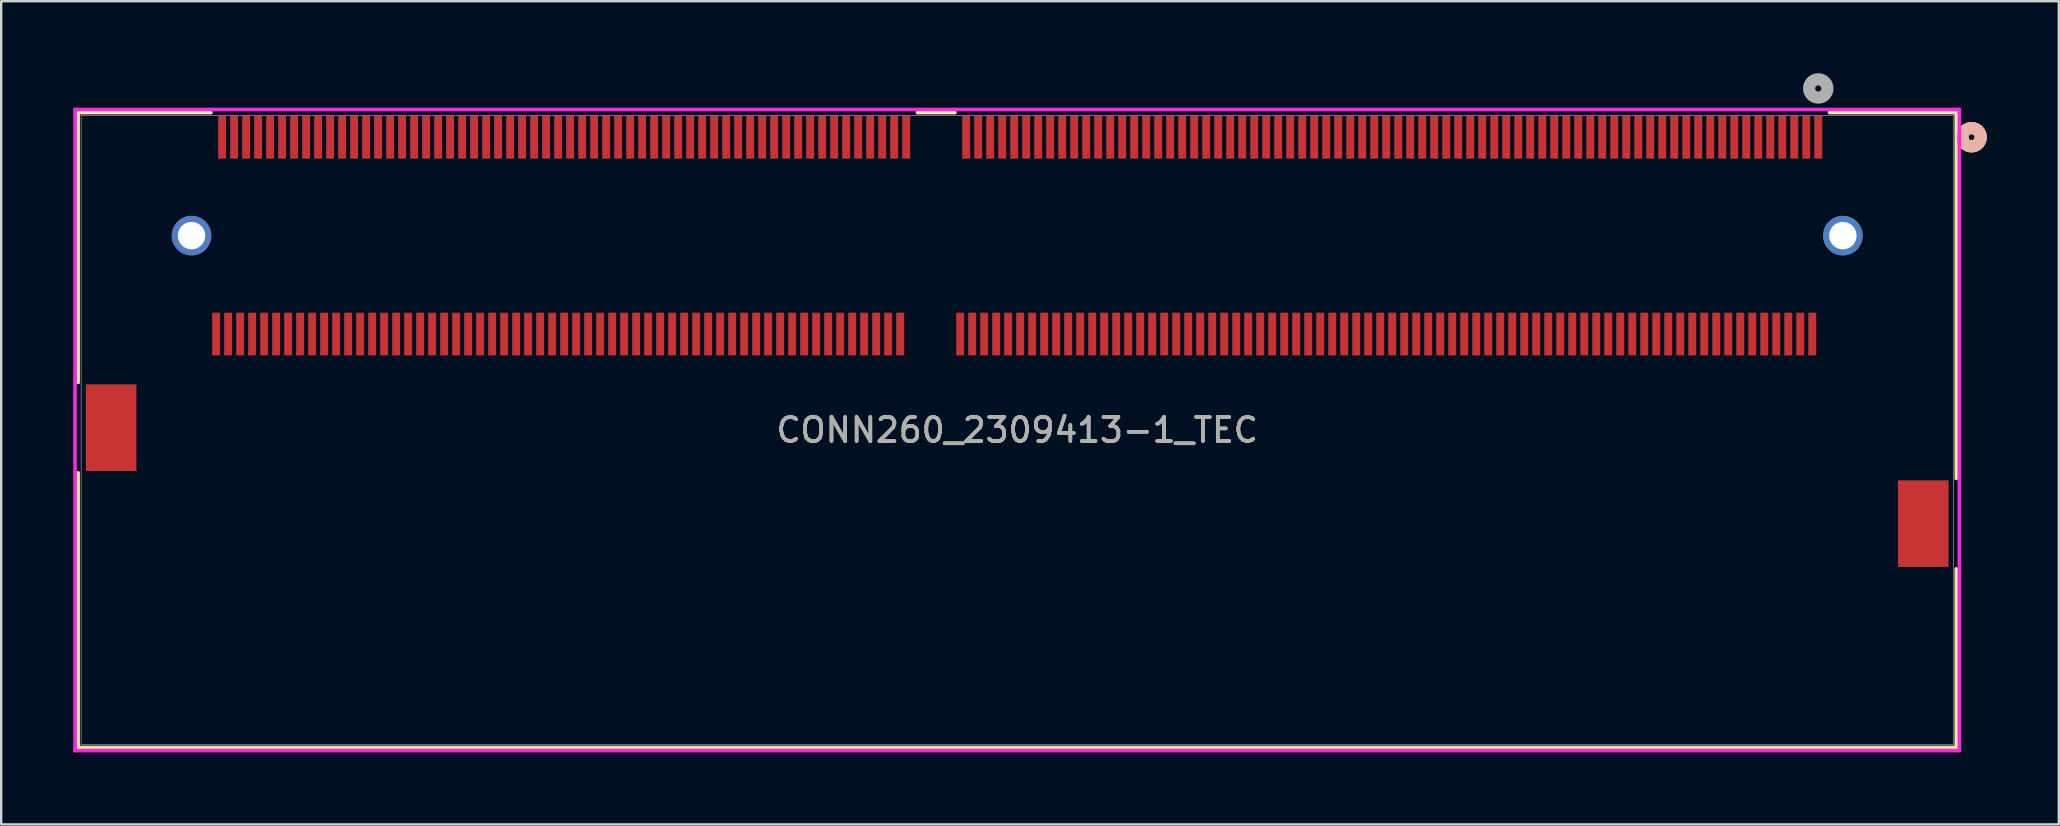
<source format=kicad_pcb>
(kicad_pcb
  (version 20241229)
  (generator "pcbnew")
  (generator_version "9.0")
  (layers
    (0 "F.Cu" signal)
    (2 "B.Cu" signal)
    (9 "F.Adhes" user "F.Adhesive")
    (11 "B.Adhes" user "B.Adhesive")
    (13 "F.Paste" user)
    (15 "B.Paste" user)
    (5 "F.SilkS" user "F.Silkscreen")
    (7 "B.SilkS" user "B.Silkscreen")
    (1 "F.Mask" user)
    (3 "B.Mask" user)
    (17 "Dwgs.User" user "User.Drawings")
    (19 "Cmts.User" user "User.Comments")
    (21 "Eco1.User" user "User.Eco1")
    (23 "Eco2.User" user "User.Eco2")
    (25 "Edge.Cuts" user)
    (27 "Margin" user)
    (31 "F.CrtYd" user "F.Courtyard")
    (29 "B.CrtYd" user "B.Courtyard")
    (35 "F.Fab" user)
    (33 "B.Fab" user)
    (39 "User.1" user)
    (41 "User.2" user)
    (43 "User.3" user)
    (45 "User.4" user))
  (footprint "CONN260_2309413-1_TEC"
    (layer "F.Cu")
    (at 72.705 2.667)
    (property "Reference" "CONN260_2309413-1_TEC" (at -33.375 12.2 0) (unlocked yes) (layer "F.SilkS") (effects (font (size 1 1) (thickness 0.15))))
    (attr smd)
    (fp_line (start -72.502 -1.027) (end -66.968 -1.027) (stroke (width 0.152) (type solid)) (layer "F.SilkS"))
    (fp_line (start -72.502 10.216) (end -72.502 -1.027) (stroke (width 0.152) (type solid)) (layer "F.SilkS"))
    (fp_line (start -72.502 25.427) (end -72.502 13.984) (stroke (width 0.152) (type solid)) (layer "F.SilkS"))
    (fp_line (start -37.532 -1.027) (end -35.968 -1.027) (stroke (width 0.152) (type solid)) (layer "F.SilkS"))
    (fp_line (start 0.468 -1.027) (end 5.752 -1.027) (stroke (width 0.152) (type solid)) (layer "F.SilkS"))
    (fp_line (start 5.752 -1.027) (end 5.752 14.216) (stroke (width 0.152) (type solid)) (layer "F.SilkS"))
    (fp_line (start 5.752 17.984) (end 5.752 25.427) (stroke (width 0.152) (type solid)) (layer "F.SilkS"))
    (fp_line (start 5.752 25.427) (end -72.502 25.427) (stroke (width 0.152) (type solid)) (layer "F.SilkS"))
    (fp_circle (center 6.387 0) (end 6.768 0) (stroke (width 0.508) (type solid)) (fill no) (layer "F.SilkS"))
    (fp_circle (center 6.387 0) (end 6.768 0) (stroke (width 0.508) (type solid)) (fill no) (layer "B.SilkS"))
    (fp_line (start -72.629 -1.154) (end -72.629 25.554) (stroke (width 0.152) (type solid)) (layer "F.CrtYd"))
    (fp_line (start -72.629 25.554) (end 5.879 25.554) (stroke (width 0.152) (type solid)) (layer "F.CrtYd"))
    (fp_line (start 5.879 -1.154) (end -72.629 -1.154) (stroke (width 0.152) (type solid)) (layer "F.CrtYd"))
    (fp_line (start 5.879 25.554) (end 5.879 -1.154) (stroke (width 0.152) (type solid)) (layer "F.CrtYd"))
    (fp_line (start -72.375 -0.9) (end -72.375 25.3) (stroke (width 0.025) (type solid)) (layer "F.Fab"))
    (fp_line (start -72.375 25.3) (end 5.625 25.3) (stroke (width 0.025) (type solid)) (layer "F.Fab"))
    (fp_line (start 5.625 -0.9) (end -72.375 -0.9) (stroke (width 0.025) (type solid)) (layer "F.Fab"))
    (fp_line (start 5.625 25.3) (end 5.625 -0.9) (stroke (width 0.025) (type solid)) (layer "F.Fab"))
    (fp_circle (center 0 -2.032) (end 0.381 -2.032) (stroke (width 0.508) (type solid)) (fill no) (layer "F.Fab"))
    (fp_text user "${REFERENCE}" (at -33.375 12.2 0) (unlocked yes) (layer "F.Fab") (effects (font (size 1 1) (thickness 0.15))))
    (pad "1" smd rect (at 0 0) (size 0.33 1.778) (layers "F.Cu" "F.Mask" "F.Paste"))
    (pad "2" smd rect (at -0.25 8.2) (size 0.33 1.778) (layers "F.Cu" "F.Mask" "F.Paste"))
    (pad "3" smd rect (at -0.5 0) (size 0.33 1.778) (layers "F.Cu" "F.Mask" "F.Paste"))
    (pad "4" smd rect (at -0.75 8.2) (size 0.33 1.778) (layers "F.Cu" "F.Mask" "F.Paste"))
    (pad "5" smd rect (at -1 0) (size 0.33 1.778) (layers "F.Cu" "F.Mask" "F.Paste"))
    (pad "6" smd rect (at -1.25 8.2) (size 0.33 1.778) (layers "F.Cu" "F.Mask" "F.Paste"))
    (pad "7" smd rect (at -1.5 0) (size 0.33 1.778) (layers "F.Cu" "F.Mask" "F.Paste"))
    (pad "8" smd rect (at -1.75 8.2) (size 0.33 1.778) (layers "F.Cu" "F.Mask" "F.Paste"))
    (pad "9" smd rect (at -2 0) (size 0.33 1.778) (layers "F.Cu" "F.Mask" "F.Paste"))
    (pad "10" smd rect (at -2.25 8.2) (size 0.33 1.778) (layers "F.Cu" "F.Mask" "F.Paste"))
    (pad "11" smd rect (at -2.5 0) (size 0.33 1.778) (layers "F.Cu" "F.Mask" "F.Paste"))
    (pad "12" smd rect (at -2.75 8.2) (size 0.33 1.778) (layers "F.Cu" "F.Mask" "F.Paste"))
    (pad "13" smd rect (at -3 0) (size 0.33 1.778) (layers "F.Cu" "F.Mask" "F.Paste"))
    (pad "14" smd rect (at -3.25 8.2) (size 0.33 1.778) (layers "F.Cu" "F.Mask" "F.Paste"))
    (pad "15" smd rect (at -3.5 0) (size 0.33 1.778) (layers "F.Cu" "F.Mask" "F.Paste"))
    (pad "16" smd rect (at -3.75 8.2) (size 0.33 1.778) (layers "F.Cu" "F.Mask" "F.Paste"))
    (pad "17" smd rect (at -4 0) (size 0.33 1.778) (layers "F.Cu" "F.Mask" "F.Paste"))
    (pad "18" smd rect (at -4.25 8.2) (size 0.33 1.778) (layers "F.Cu" "F.Mask" "F.Paste"))
    (pad "19" smd rect (at -4.5 0) (size 0.33 1.778) (layers "F.Cu" "F.Mask" "F.Paste"))
    (pad "20" smd rect (at -4.75 8.2) (size 0.33 1.778) (layers "F.Cu" "F.Mask" "F.Paste"))
    (pad "21" smd rect (at -5 0) (size 0.33 1.778) (layers "F.Cu" "F.Mask" "F.Paste"))
    (pad "22" smd rect (at -5.25 8.2) (size 0.33 1.778) (layers "F.Cu" "F.Mask" "F.Paste"))
    (pad "23" smd rect (at -5.5 0) (size 0.33 1.778) (layers "F.Cu" "F.Mask" "F.Paste"))
    (pad "24" smd rect (at -5.75 8.2) (size 0.33 1.778) (layers "F.Cu" "F.Mask" "F.Paste"))
    (pad "25" smd rect (at -6 0) (size 0.33 1.778) (layers "F.Cu" "F.Mask" "F.Paste"))
    (pad "26" smd rect (at -6.25 8.2) (size 0.33 1.778) (layers "F.Cu" "F.Mask" "F.Paste"))
    (pad "27" smd rect (at -6.5 0) (size 0.33 1.778) (layers "F.Cu" "F.Mask" "F.Paste"))
    (pad "28" smd rect (at -6.75 8.2) (size 0.33 1.778) (layers "F.Cu" "F.Mask" "F.Paste"))
    (pad "29" smd rect (at -7 0) (size 0.33 1.778) (layers "F.Cu" "F.Mask" "F.Paste"))
    (pad "30" smd rect (at -7.25 8.2) (size 0.33 1.778) (layers "F.Cu" "F.Mask" "F.Paste"))
    (pad "31" smd rect (at -7.5 0) (size 0.33 1.778) (layers "F.Cu" "F.Mask" "F.Paste"))
    (pad "32" smd rect (at -7.75 8.2) (size 0.33 1.778) (layers "F.Cu" "F.Mask" "F.Paste"))
    (pad "33" smd rect (at -8 0) (size 0.33 1.778) (layers "F.Cu" "F.Mask" "F.Paste"))
    (pad "34" smd rect (at -8.25 8.2) (size 0.33 1.778) (layers "F.Cu" "F.Mask" "F.Paste"))
    (pad "35" smd rect (at -8.5 0) (size 0.33 1.778) (layers "F.Cu" "F.Mask" "F.Paste"))
    (pad "36" smd rect (at -8.75 8.2) (size 0.33 1.778) (layers "F.Cu" "F.Mask" "F.Paste"))
    (pad "37" smd rect (at -9 0) (size 0.33 1.778) (layers "F.Cu" "F.Mask" "F.Paste"))
    (pad "38" smd rect (at -9.25 8.2) (size 0.33 1.778) (layers "F.Cu" "F.Mask" "F.Paste"))
    (pad "39" smd rect (at -9.5 0) (size 0.33 1.778) (layers "F.Cu" "F.Mask" "F.Paste"))
    (pad "40" smd rect (at -9.75 8.2) (size 0.33 1.778) (layers "F.Cu" "F.Mask" "F.Paste"))
    (pad "41" smd rect (at -10 0) (size 0.33 1.778) (layers "F.Cu" "F.Mask" "F.Paste"))
    (pad "42" smd rect (at -10.25 8.2) (size 0.33 1.778) (layers "F.Cu" "F.Mask" "F.Paste"))
    (pad "43" smd rect (at -10.5 0) (size 0.33 1.778) (layers "F.Cu" "F.Mask" "F.Paste"))
    (pad "44" smd rect (at -10.75 8.2) (size 0.33 1.778) (layers "F.Cu" "F.Mask" "F.Paste"))
    (pad "45" smd rect (at -11 0) (size 0.33 1.778) (layers "F.Cu" "F.Mask" "F.Paste"))
    (pad "46" smd rect (at -11.25 8.2) (size 0.33 1.778) (layers "F.Cu" "F.Mask" "F.Paste"))
    (pad "47" smd rect (at -11.5 0) (size 0.33 1.778) (layers "F.Cu" "F.Mask" "F.Paste"))
    (pad "48" smd rect (at -11.75 8.2) (size 0.33 1.778) (layers "F.Cu" "F.Mask" "F.Paste"))
    (pad "49" smd rect (at -12 0) (size 0.33 1.778) (layers "F.Cu" "F.Mask" "F.Paste"))
    (pad "50" smd rect (at -12.25 8.2) (size 0.33 1.778) (layers "F.Cu" "F.Mask" "F.Paste"))
    (pad "51" smd rect (at -12.5 0) (size 0.33 1.778) (layers "F.Cu" "F.Mask" "F.Paste"))
    (pad "52" smd rect (at -12.75 8.2) (size 0.33 1.778) (layers "F.Cu" "F.Mask" "F.Paste"))
    (pad "53" smd rect (at -13 0) (size 0.33 1.778) (layers "F.Cu" "F.Mask" "F.Paste"))
    (pad "54" smd rect (at -13.25 8.2) (size 0.33 1.778) (layers "F.Cu" "F.Mask" "F.Paste"))
    (pad "55" smd rect (at -13.5 0) (size 0.33 1.778) (layers "F.Cu" "F.Mask" "F.Paste"))
    (pad "56" smd rect (at -13.75 8.2) (size 0.33 1.778) (layers "F.Cu" "F.Mask" "F.Paste"))
    (pad "57" smd rect (at -14 0) (size 0.33 1.778) (layers "F.Cu" "F.Mask" "F.Paste"))
    (pad "58" smd rect (at -14.25 8.2) (size 0.33 1.778) (layers "F.Cu" "F.Mask" "F.Paste"))
    (pad "59" smd rect (at -14.5 0) (size 0.33 1.778) (layers "F.Cu" "F.Mask" "F.Paste"))
    (pad "60" smd rect (at -14.75 8.2) (size 0.33 1.778) (layers "F.Cu" "F.Mask" "F.Paste"))
    (pad "61" smd rect (at -15 0) (size 0.33 1.778) (layers "F.Cu" "F.Mask" "F.Paste"))
    (pad "62" smd rect (at -15.25 8.2) (size 0.33 1.778) (layers "F.Cu" "F.Mask" "F.Paste"))
    (pad "63" smd rect (at -15.5 0) (size 0.33 1.778) (layers "F.Cu" "F.Mask" "F.Paste"))
    (pad "64" smd rect (at -15.75 8.2) (size 0.33 1.778) (layers "F.Cu" "F.Mask" "F.Paste"))
    (pad "65" smd rect (at -16 0) (size 0.33 1.778) (layers "F.Cu" "F.Mask" "F.Paste"))
    (pad "66" smd rect (at -16.25 8.2) (size 0.33 1.778) (layers "F.Cu" "F.Mask" "F.Paste"))
    (pad "67" smd rect (at -16.5 0) (size 0.33 1.778) (layers "F.Cu" "F.Mask" "F.Paste"))
    (pad "68" smd rect (at -16.75 8.2) (size 0.33 1.778) (layers "F.Cu" "F.Mask" "F.Paste"))
    (pad "69" smd rect (at -17 0) (size 0.33 1.778) (layers "F.Cu" "F.Mask" "F.Paste"))
    (pad "70" smd rect (at -17.25 8.2) (size 0.33 1.778) (layers "F.Cu" "F.Mask" "F.Paste"))
    (pad "71" smd rect (at -17.5 0) (size 0.33 1.778) (layers "F.Cu" "F.Mask" "F.Paste"))
    (pad "72" smd rect (at -17.75 8.2) (size 0.33 1.778) (layers "F.Cu" "F.Mask" "F.Paste"))
    (pad "73" smd rect (at -18 0) (size 0.33 1.778) (layers "F.Cu" "F.Mask" "F.Paste"))
    (pad "74" smd rect (at -18.25 8.2) (size 0.33 1.778) (layers "F.Cu" "F.Mask" "F.Paste"))
    (pad "75" smd rect (at -18.5 0) (size 0.33 1.778) (layers "F.Cu" "F.Mask" "F.Paste"))
    (pad "76" smd rect (at -18.75 8.2) (size 0.33 1.778) (layers "F.Cu" "F.Mask" "F.Paste"))
    (pad "77" smd rect (at -19 0) (size 0.33 1.778) (layers "F.Cu" "F.Mask" "F.Paste"))
    (pad "78" smd rect (at -19.25 8.2) (size 0.33 1.778) (layers "F.Cu" "F.Mask" "F.Paste"))
    (pad "79" smd rect (at -19.5 0) (size 0.33 1.778) (layers "F.Cu" "F.Mask" "F.Paste"))
    (pad "80" smd rect (at -19.75 8.2) (size 0.33 1.778) (layers "F.Cu" "F.Mask" "F.Paste"))
    (pad "81" smd rect (at -20 0) (size 0.33 1.778) (layers "F.Cu" "F.Mask" "F.Paste"))
    (pad "82" smd rect (at -20.25 8.2) (size 0.33 1.778) (layers "F.Cu" "F.Mask" "F.Paste"))
    (pad "83" smd rect (at -20.5 0) (size 0.33 1.778) (layers "F.Cu" "F.Mask" "F.Paste"))
    (pad "84" smd rect (at -20.75 8.2) (size 0.33 1.778) (layers "F.Cu" "F.Mask" "F.Paste"))
    (pad "85" smd rect (at -21 0) (size 0.33 1.778) (layers "F.Cu" "F.Mask" "F.Paste"))
    (pad "86" smd rect (at -21.25 8.2) (size 0.33 1.778) (layers "F.Cu" "F.Mask" "F.Paste"))
    (pad "87" smd rect (at -21.5 0) (size 0.33 1.778) (layers "F.Cu" "F.Mask" "F.Paste"))
    (pad "88" smd rect (at -21.75 8.2) (size 0.33 1.778) (layers "F.Cu" "F.Mask" "F.Paste"))
    (pad "89" smd rect (at -22 0) (size 0.33 1.778) (layers "F.Cu" "F.Mask" "F.Paste"))
    (pad "90" smd rect (at -22.25 8.2) (size 0.33 1.778) (layers "F.Cu" "F.Mask" "F.Paste"))
    (pad "91" smd rect (at -22.5 0) (size 0.33 1.778) (layers "F.Cu" "F.Mask" "F.Paste"))
    (pad "92" smd rect (at -22.75 8.2) (size 0.33 1.778) (layers "F.Cu" "F.Mask" "F.Paste"))
    (pad "93" smd rect (at -23 0) (size 0.33 1.778) (layers "F.Cu" "F.Mask" "F.Paste"))
    (pad "94" smd rect (at -23.25 8.2) (size 0.33 1.778) (layers "F.Cu" "F.Mask" "F.Paste"))
    (pad "95" smd rect (at -23.5 0) (size 0.33 1.778) (layers "F.Cu" "F.Mask" "F.Paste"))
    (pad "96" smd rect (at -23.75 8.2) (size 0.33 1.778) (layers "F.Cu" "F.Mask" "F.Paste"))
    (pad "97" smd rect (at -24 0) (size 0.33 1.778) (layers "F.Cu" "F.Mask" "F.Paste"))
    (pad "98" smd rect (at -24.25 8.2) (size 0.33 1.778) (layers "F.Cu" "F.Mask" "F.Paste"))
    (pad "99" smd rect (at -24.5 0) (size 0.33 1.778) (layers "F.Cu" "F.Mask" "F.Paste"))
    (pad "100" smd rect (at -24.75 8.2) (size 0.33 1.778) (layers "F.Cu" "F.Mask" "F.Paste"))
    (pad "101" smd rect (at -25 0) (size 0.33 1.778) (layers "F.Cu" "F.Mask" "F.Paste"))
    (pad "102" smd rect (at -25.25 8.2) (size 0.33 1.778) (layers "F.Cu" "F.Mask" "F.Paste"))
    (pad "103" smd rect (at -25.5 0) (size 0.33 1.778) (layers "F.Cu" "F.Mask" "F.Paste"))
    (pad "104" smd rect (at -25.75 8.2) (size 0.33 1.778) (layers "F.Cu" "F.Mask" "F.Paste"))
    (pad "105" smd rect (at -26 0) (size 0.33 1.778) (layers "F.Cu" "F.Mask" "F.Paste"))
    (pad "106" smd rect (at -26.25 8.2) (size 0.33 1.778) (layers "F.Cu" "F.Mask" "F.Paste"))
    (pad "107" smd rect (at -26.5 0) (size 0.33 1.778) (layers "F.Cu" "F.Mask" "F.Paste"))
    (pad "108" smd rect (at -26.75 8.2) (size 0.33 1.778) (layers "F.Cu" "F.Mask" "F.Paste"))
    (pad "109" smd rect (at -27 0) (size 0.33 1.778) (layers "F.Cu" "F.Mask" "F.Paste"))
    (pad "110" smd rect (at -27.25 8.2) (size 0.33 1.778) (layers "F.Cu" "F.Mask" "F.Paste"))
    (pad "111" smd rect (at -27.5 0) (size 0.33 1.778) (layers "F.Cu" "F.Mask" "F.Paste"))
    (pad "112" smd rect (at -27.75 8.2) (size 0.33 1.778) (layers "F.Cu" "F.Mask" "F.Paste"))
    (pad "113" smd rect (at -28 0) (size 0.33 1.778) (layers "F.Cu" "F.Mask" "F.Paste"))
    (pad "114" smd rect (at -28.25 8.2) (size 0.33 1.778) (layers "F.Cu" "F.Mask" "F.Paste"))
    (pad "115" smd rect (at -28.5 0) (size 0.33 1.778) (layers "F.Cu" "F.Mask" "F.Paste"))
    (pad "116" smd rect (at -28.75 8.2) (size 0.33 1.778) (layers "F.Cu" "F.Mask" "F.Paste"))
    (pad "117" smd rect (at -29 0) (size 0.33 1.778) (layers "F.Cu" "F.Mask" "F.Paste"))
    (pad "118" smd rect (at -29.25 8.2) (size 0.33 1.778) (layers "F.Cu" "F.Mask" "F.Paste"))
    (pad "119" smd rect (at -29.5 0) (size 0.33 1.778) (layers "F.Cu" "F.Mask" "F.Paste"))
    (pad "120" smd rect (at -29.75 8.2) (size 0.33 1.778) (layers "F.Cu" "F.Mask" "F.Paste"))
    (pad "121" smd rect (at -30 0) (size 0.33 1.778) (layers "F.Cu" "F.Mask" "F.Paste"))
    (pad "122" smd rect (at -30.25 8.2) (size 0.33 1.778) (layers "F.Cu" "F.Mask" "F.Paste"))
    (pad "123" smd rect (at -30.5 0) (size 0.33 1.778) (layers "F.Cu" "F.Mask" "F.Paste"))
    (pad "124" smd rect (at -30.75 8.2) (size 0.33 1.778) (layers "F.Cu" "F.Mask" "F.Paste"))
    (pad "125" smd rect (at -31 0) (size 0.33 1.778) (layers "F.Cu" "F.Mask" "F.Paste"))
    (pad "126" smd rect (at -31.25 8.2) (size 0.33 1.778) (layers "F.Cu" "F.Mask" "F.Paste"))
    (pad "127" smd rect (at -31.5 0) (size 0.33 1.778) (layers "F.Cu" "F.Mask" "F.Paste"))
    (pad "128" smd rect (at -31.75 8.2) (size 0.33 1.778) (layers "F.Cu" "F.Mask" "F.Paste"))
    (pad "129" smd rect (at -32 0) (size 0.33 1.778) (layers "F.Cu" "F.Mask" "F.Paste"))
    (pad "130" smd rect (at -32.25 8.2) (size 0.33 1.778) (layers "F.Cu" "F.Mask" "F.Paste"))
    (pad "131" smd rect (at -32.5 0) (size 0.33 1.778) (layers "F.Cu" "F.Mask" "F.Paste"))
    (pad "132" smd rect (at -32.75 8.2) (size 0.33 1.778) (layers "F.Cu" "F.Mask" "F.Paste"))
    (pad "133" smd rect (at -33 0) (size 0.33 1.778) (layers "F.Cu" "F.Mask" "F.Paste"))
    (pad "134" smd rect (at -33.25 8.2) (size 0.33 1.778) (layers "F.Cu" "F.Mask" "F.Paste"))
    (pad "135" smd rect (at -33.5 0) (size 0.33 1.778) (layers "F.Cu" "F.Mask" "F.Paste"))
    (pad "136" smd rect (at -33.75 8.2) (size 0.33 1.778) (layers "F.Cu" "F.Mask" "F.Paste"))
    (pad "137" smd rect (at -34 0) (size 0.33 1.778) (layers "F.Cu" "F.Mask" "F.Paste"))
    (pad "138" smd rect (at -34.25 8.2) (size 0.33 1.778) (layers "F.Cu" "F.Mask" "F.Paste"))
    (pad "139" smd rect (at -34.5 0) (size 0.33 1.778) (layers "F.Cu" "F.Mask" "F.Paste"))
    (pad "140" smd rect (at -34.75 8.2) (size 0.33 1.778) (layers "F.Cu" "F.Mask" "F.Paste"))
    (pad "141" smd rect (at -35 0) (size 0.33 1.778) (layers "F.Cu" "F.Mask" "F.Paste"))
    (pad "142" smd rect (at -35.25 8.2) (size 0.33 1.778) (layers "F.Cu" "F.Mask" "F.Paste"))
    (pad "143" smd rect (at -35.5 0) (size 0.33 1.778) (layers "F.Cu" "F.Mask" "F.Paste"))
    (pad "144" smd rect (at -35.75 8.2) (size 0.33 1.778) (layers "F.Cu" "F.Mask" "F.Paste"))
    (pad "145" smd rect (at -38 0) (size 0.33 1.778) (layers "F.Cu" "F.Mask" "F.Paste"))
    (pad "146" smd rect (at -38.25 8.2) (size 0.33 1.778) (layers "F.Cu" "F.Mask" "F.Paste"))
    (pad "147" smd rect (at -38.5 0) (size 0.33 1.778) (layers "F.Cu" "F.Mask" "F.Paste"))
    (pad "148" smd rect (at -38.75 8.2) (size 0.33 1.778) (layers "F.Cu" "F.Mask" "F.Paste"))
    (pad "149" smd rect (at -39 0) (size 0.33 1.778) (layers "F.Cu" "F.Mask" "F.Paste"))
    (pad "150" smd rect (at -39.25 8.2) (size 0.33 1.778) (layers "F.Cu" "F.Mask" "F.Paste"))
    (pad "151" smd rect (at -39.5 0) (size 0.33 1.778) (layers "F.Cu" "F.Mask" "F.Paste"))
    (pad "152" smd rect (at -39.75 8.2) (size 0.33 1.778) (layers "F.Cu" "F.Mask" "F.Paste"))
    (pad "153" smd rect (at -40 0) (size 0.33 1.778) (layers "F.Cu" "F.Mask" "F.Paste"))
    (pad "154" smd rect (at -40.25 8.2) (size 0.33 1.778) (layers "F.Cu" "F.Mask" "F.Paste"))
    (pad "155" smd rect (at -40.5 0) (size 0.33 1.778) (layers "F.Cu" "F.Mask" "F.Paste"))
    (pad "156" smd rect (at -40.75 8.2) (size 0.33 1.778) (layers "F.Cu" "F.Mask" "F.Paste"))
    (pad "157" smd rect (at -41 0) (size 0.33 1.778) (layers "F.Cu" "F.Mask" "F.Paste"))
    (pad "158" smd rect (at -41.25 8.2) (size 0.33 1.778) (layers "F.Cu" "F.Mask" "F.Paste"))
    (pad "159" smd rect (at -41.5 0) (size 0.33 1.778) (layers "F.Cu" "F.Mask" "F.Paste"))
    (pad "160" smd rect (at -41.75 8.2) (size 0.33 1.778) (layers "F.Cu" "F.Mask" "F.Paste"))
    (pad "161" smd rect (at -42 0) (size 0.33 1.778) (layers "F.Cu" "F.Mask" "F.Paste"))
    (pad "162" smd rect (at -42.25 8.2) (size 0.33 1.778) (layers "F.Cu" "F.Mask" "F.Paste"))
    (pad "163" smd rect (at -42.5 0) (size 0.33 1.778) (layers "F.Cu" "F.Mask" "F.Paste"))
    (pad "164" smd rect (at -42.75 8.2) (size 0.33 1.778) (layers "F.Cu" "F.Mask" "F.Paste"))
    (pad "165" smd rect (at -43 0) (size 0.33 1.778) (layers "F.Cu" "F.Mask" "F.Paste"))
    (pad "166" smd rect (at -43.25 8.2) (size 0.33 1.778) (layers "F.Cu" "F.Mask" "F.Paste"))
    (pad "167" smd rect (at -43.5 0) (size 0.33 1.778) (layers "F.Cu" "F.Mask" "F.Paste"))
    (pad "168" smd rect (at -43.75 8.2) (size 0.33 1.778) (layers "F.Cu" "F.Mask" "F.Paste"))
    (pad "169" smd rect (at -44 0) (size 0.33 1.778) (layers "F.Cu" "F.Mask" "F.Paste"))
    (pad "170" smd rect (at -44.25 8.2) (size 0.33 1.778) (layers "F.Cu" "F.Mask" "F.Paste"))
    (pad "171" smd rect (at -44.5 0) (size 0.33 1.778) (layers "F.Cu" "F.Mask" "F.Paste"))
    (pad "172" smd rect (at -44.75 8.2) (size 0.33 1.778) (layers "F.Cu" "F.Mask" "F.Paste"))
    (pad "173" smd rect (at -45 0) (size 0.33 1.778) (layers "F.Cu" "F.Mask" "F.Paste"))
    (pad "174" smd rect (at -45.25 8.2) (size 0.33 1.778) (layers "F.Cu" "F.Mask" "F.Paste"))
    (pad "175" smd rect (at -45.5 0) (size 0.33 1.778) (layers "F.Cu" "F.Mask" "F.Paste"))
    (pad "176" smd rect (at -45.75 8.2) (size 0.33 1.778) (layers "F.Cu" "F.Mask" "F.Paste"))
    (pad "177" smd rect (at -46 0) (size 0.33 1.778) (layers "F.Cu" "F.Mask" "F.Paste"))
    (pad "178" smd rect (at -46.25 8.2) (size 0.33 1.778) (layers "F.Cu" "F.Mask" "F.Paste"))
    (pad "179" smd rect (at -46.5 0) (size 0.33 1.778) (layers "F.Cu" "F.Mask" "F.Paste"))
    (pad "180" smd rect (at -46.75 8.2) (size 0.33 1.778) (layers "F.Cu" "F.Mask" "F.Paste"))
    (pad "181" smd rect (at -47 0) (size 0.33 1.778) (layers "F.Cu" "F.Mask" "F.Paste"))
    (pad "182" smd rect (at -47.25 8.2) (size 0.33 1.778) (layers "F.Cu" "F.Mask" "F.Paste"))
    (pad "183" smd rect (at -47.5 0) (size 0.33 1.778) (layers "F.Cu" "F.Mask" "F.Paste"))
    (pad "184" smd rect (at -47.75 8.2) (size 0.33 1.778) (layers "F.Cu" "F.Mask" "F.Paste"))
    (pad "185" smd rect (at -48 0) (size 0.33 1.778) (layers "F.Cu" "F.Mask" "F.Paste"))
    (pad "186" smd rect (at -48.25 8.2) (size 0.33 1.778) (layers "F.Cu" "F.Mask" "F.Paste"))
    (pad "187" smd rect (at -48.5 0) (size 0.33 1.778) (layers "F.Cu" "F.Mask" "F.Paste"))
    (pad "188" smd rect (at -48.75 8.2) (size 0.33 1.778) (layers "F.Cu" "F.Mask" "F.Paste"))
    (pad "189" smd rect (at -49 0) (size 0.33 1.778) (layers "F.Cu" "F.Mask" "F.Paste"))
    (pad "190" smd rect (at -49.25 8.2) (size 0.33 1.778) (layers "F.Cu" "F.Mask" "F.Paste"))
    (pad "191" smd rect (at -49.5 0) (size 0.33 1.778) (layers "F.Cu" "F.Mask" "F.Paste"))
    (pad "192" smd rect (at -49.75 8.2) (size 0.33 1.778) (layers "F.Cu" "F.Mask" "F.Paste"))
    (pad "193" smd rect (at -50 0) (size 0.33 1.778) (layers "F.Cu" "F.Mask" "F.Paste"))
    (pad "194" smd rect (at -50.25 8.2) (size 0.33 1.778) (layers "F.Cu" "F.Mask" "F.Paste"))
    (pad "195" smd rect (at -50.5 0) (size 0.33 1.778) (layers "F.Cu" "F.Mask" "F.Paste"))
    (pad "196" smd rect (at -50.75 8.2) (size 0.33 1.778) (layers "F.Cu" "F.Mask" "F.Paste"))
    (pad "197" smd rect (at -51 0) (size 0.33 1.778) (layers "F.Cu" "F.Mask" "F.Paste"))
    (pad "198" smd rect (at -51.25 8.2) (size 0.33 1.778) (layers "F.Cu" "F.Mask" "F.Paste"))
    (pad "199" smd rect (at -51.5 0) (size 0.33 1.778) (layers "F.Cu" "F.Mask" "F.Paste"))
    (pad "200" smd rect (at -51.75 8.2) (size 0.33 1.778) (layers "F.Cu" "F.Mask" "F.Paste"))
    (pad "201" smd rect (at -52 0) (size 0.33 1.778) (layers "F.Cu" "F.Mask" "F.Paste"))
    (pad "202" smd rect (at -52.25 8.2) (size 0.33 1.778) (layers "F.Cu" "F.Mask" "F.Paste"))
    (pad "203" smd rect (at -52.5 0) (size 0.33 1.778) (layers "F.Cu" "F.Mask" "F.Paste"))
    (pad "204" smd rect (at -52.75 8.2) (size 0.33 1.778) (layers "F.Cu" "F.Mask" "F.Paste"))
    (pad "205" smd rect (at -53 0) (size 0.33 1.778) (layers "F.Cu" "F.Mask" "F.Paste"))
    (pad "206" smd rect (at -53.25 8.2) (size 0.33 1.778) (layers "F.Cu" "F.Mask" "F.Paste"))
    (pad "207" smd rect (at -53.5 0) (size 0.33 1.778) (layers "F.Cu" "F.Mask" "F.Paste"))
    (pad "208" smd rect (at -53.75 8.2) (size 0.33 1.778) (layers "F.Cu" "F.Mask" "F.Paste"))
    (pad "209" smd rect (at -54 0) (size 0.33 1.778) (layers "F.Cu" "F.Mask" "F.Paste"))
    (pad "210" smd rect (at -54.25 8.2) (size 0.33 1.778) (layers "F.Cu" "F.Mask" "F.Paste"))
    (pad "211" smd rect (at -54.5 0) (size 0.33 1.778) (layers "F.Cu" "F.Mask" "F.Paste"))
    (pad "212" smd rect (at -54.75 8.2) (size 0.33 1.778) (layers "F.Cu" "F.Mask" "F.Paste"))
    (pad "213" smd rect (at -55 0) (size 0.33 1.778) (layers "F.Cu" "F.Mask" "F.Paste"))
    (pad "214" smd rect (at -55.25 8.2) (size 0.33 1.778) (layers "F.Cu" "F.Mask" "F.Paste"))
    (pad "215" smd rect (at -55.5 0) (size 0.33 1.778) (layers "F.Cu" "F.Mask" "F.Paste"))
    (pad "216" smd rect (at -55.75 8.2) (size 0.33 1.778) (layers "F.Cu" "F.Mask" "F.Paste"))
    (pad "217" smd rect (at -56 0) (size 0.33 1.778) (layers "F.Cu" "F.Mask" "F.Paste"))
    (pad "218" smd rect (at -56.25 8.2) (size 0.33 1.778) (layers "F.Cu" "F.Mask" "F.Paste"))
    (pad "219" smd rect (at -56.5 0) (size 0.33 1.778) (layers "F.Cu" "F.Mask" "F.Paste"))
    (pad "220" smd rect (at -56.75 8.2) (size 0.33 1.778) (layers "F.Cu" "F.Mask" "F.Paste"))
    (pad "221" smd rect (at -57 0) (size 0.33 1.778) (layers "F.Cu" "F.Mask" "F.Paste"))
    (pad "222" smd rect (at -57.25 8.2) (size 0.33 1.778) (layers "F.Cu" "F.Mask" "F.Paste"))
    (pad "223" smd rect (at -57.5 0) (size 0.33 1.778) (layers "F.Cu" "F.Mask" "F.Paste"))
    (pad "224" smd rect (at -57.75 8.2) (size 0.33 1.778) (layers "F.Cu" "F.Mask" "F.Paste"))
    (pad "225" smd rect (at -58 0) (size 0.33 1.778) (layers "F.Cu" "F.Mask" "F.Paste"))
    (pad "226" smd rect (at -58.25 8.2) (size 0.33 1.778) (layers "F.Cu" "F.Mask" "F.Paste"))
    (pad "227" smd rect (at -58.5 0) (size 0.33 1.778) (layers "F.Cu" "F.Mask" "F.Paste"))
    (pad "228" smd rect (at -58.75 8.2) (size 0.33 1.778) (layers "F.Cu" "F.Mask" "F.Paste"))
    (pad "229" smd rect (at -59 0) (size 0.33 1.778) (layers "F.Cu" "F.Mask" "F.Paste"))
    (pad "230" smd rect (at -59.25 8.2) (size 0.33 1.778) (layers "F.Cu" "F.Mask" "F.Paste"))
    (pad "231" smd rect (at -59.5 0) (size 0.33 1.778) (layers "F.Cu" "F.Mask" "F.Paste"))
    (pad "232" smd rect (at -59.75 8.2) (size 0.33 1.778) (layers "F.Cu" "F.Mask" "F.Paste"))
    (pad "233" smd rect (at -60 0) (size 0.33 1.778) (layers "F.Cu" "F.Mask" "F.Paste"))
    (pad "234" smd rect (at -60.25 8.2) (size 0.33 1.778) (layers "F.Cu" "F.Mask" "F.Paste"))
    (pad "235" smd rect (at -60.5 0) (size 0.33 1.778) (layers "F.Cu" "F.Mask" "F.Paste"))
    (pad "236" smd rect (at -60.75 8.2) (size 0.33 1.778) (layers "F.Cu" "F.Mask" "F.Paste"))
    (pad "237" smd rect (at -61 0) (size 0.33 1.778) (layers "F.Cu" "F.Mask" "F.Paste"))
    (pad "238" smd rect (at -61.25 8.2) (size 0.33 1.778) (layers "F.Cu" "F.Mask" "F.Paste"))
    (pad "239" smd rect (at -61.5 0) (size 0.33 1.778) (layers "F.Cu" "F.Mask" "F.Paste"))
    (pad "240" smd rect (at -61.75 8.2) (size 0.33 1.778) (layers "F.Cu" "F.Mask" "F.Paste"))
    (pad "241" smd rect (at -62 0) (size 0.33 1.778) (layers "F.Cu" "F.Mask" "F.Paste"))
    (pad "242" smd rect (at -62.25 8.2) (size 0.33 1.778) (layers "F.Cu" "F.Mask" "F.Paste"))
    (pad "243" smd rect (at -62.5 0) (size 0.33 1.778) (layers "F.Cu" "F.Mask" "F.Paste"))
    (pad "244" smd rect (at -62.75 8.2) (size 0.33 1.778) (layers "F.Cu" "F.Mask" "F.Paste"))
    (pad "245" smd rect (at -63 0) (size 0.33 1.778) (layers "F.Cu" "F.Mask" "F.Paste"))
    (pad "246" smd rect (at -63.25 8.2) (size 0.33 1.778) (layers "F.Cu" "F.Mask" "F.Paste"))
    (pad "247" smd rect (at -63.5 0) (size 0.33 1.778) (layers "F.Cu" "F.Mask" "F.Paste"))
    (pad "248" smd rect (at -63.75 8.2) (size 0.33 1.778) (layers "F.Cu" "F.Mask" "F.Paste"))
    (pad "249" smd rect (at -64 0) (size 0.33 1.778) (layers "F.Cu" "F.Mask" "F.Paste"))
    (pad "250" smd rect (at -64.25 8.2) (size 0.33 1.778) (layers "F.Cu" "F.Mask" "F.Paste"))
    (pad "251" smd rect (at -64.5 0) (size 0.33 1.778) (layers "F.Cu" "F.Mask" "F.Paste"))
    (pad "252" smd rect (at -64.75 8.2) (size 0.33 1.778) (layers "F.Cu" "F.Mask" "F.Paste"))
    (pad "253" smd rect (at -65 0) (size 0.33 1.778) (layers "F.Cu" "F.Mask" "F.Paste"))
    (pad "254" smd rect (at -65.25 8.2) (size 0.33 1.778) (layers "F.Cu" "F.Mask" "F.Paste"))
    (pad "255" smd rect (at -65.5 0) (size 0.33 1.778) (layers "F.Cu" "F.Mask" "F.Paste"))
    (pad "256" smd rect (at -65.75 8.2) (size 0.33 1.778) (layers "F.Cu" "F.Mask" "F.Paste"))
    (pad "257" smd rect (at -66 0) (size 0.33 1.778) (layers "F.Cu" "F.Mask" "F.Paste"))
    (pad "258" smd rect (at -66.25 8.2) (size 0.33 1.778) (layers "F.Cu" "F.Mask" "F.Paste"))
    (pad "259" smd rect (at -66.5 0) (size 0.33 1.778) (layers "F.Cu" "F.Mask" "F.Paste"))
    (pad "260" smd rect (at -66.75 8.2) (size 0.33 1.778) (layers "F.Cu" "F.Mask" "F.Paste"))
    (pad "261" thru_hole circle (at -67.775 4.1 90) (size 1.651 1.651) (drill 1.143) (layers "*.Cu" "*.Mask"))
    (pad "262" thru_hole circle (at 1.025 4.1 90) (size 1.651 1.651) (drill 1.143) (layers "*.Cu" "*.Mask"))
    (pad "263" smd rect (at -71.125 12.1 90) (size 3.607 2.108) (layers "F.Cu" "F.Mask" "F.Paste"))
    (pad "264" smd rect (at 4.375 16.1 90) (size 3.607 2.108) (layers "F.Cu" "F.Mask" "F.Paste")))
  (gr_rect
    (start -3 -3)
    (end 82.727 31.297)
    (stroke (width 0.1) (type default))
    (fill no)
    (layer "Edge.Cuts")))
</source>
